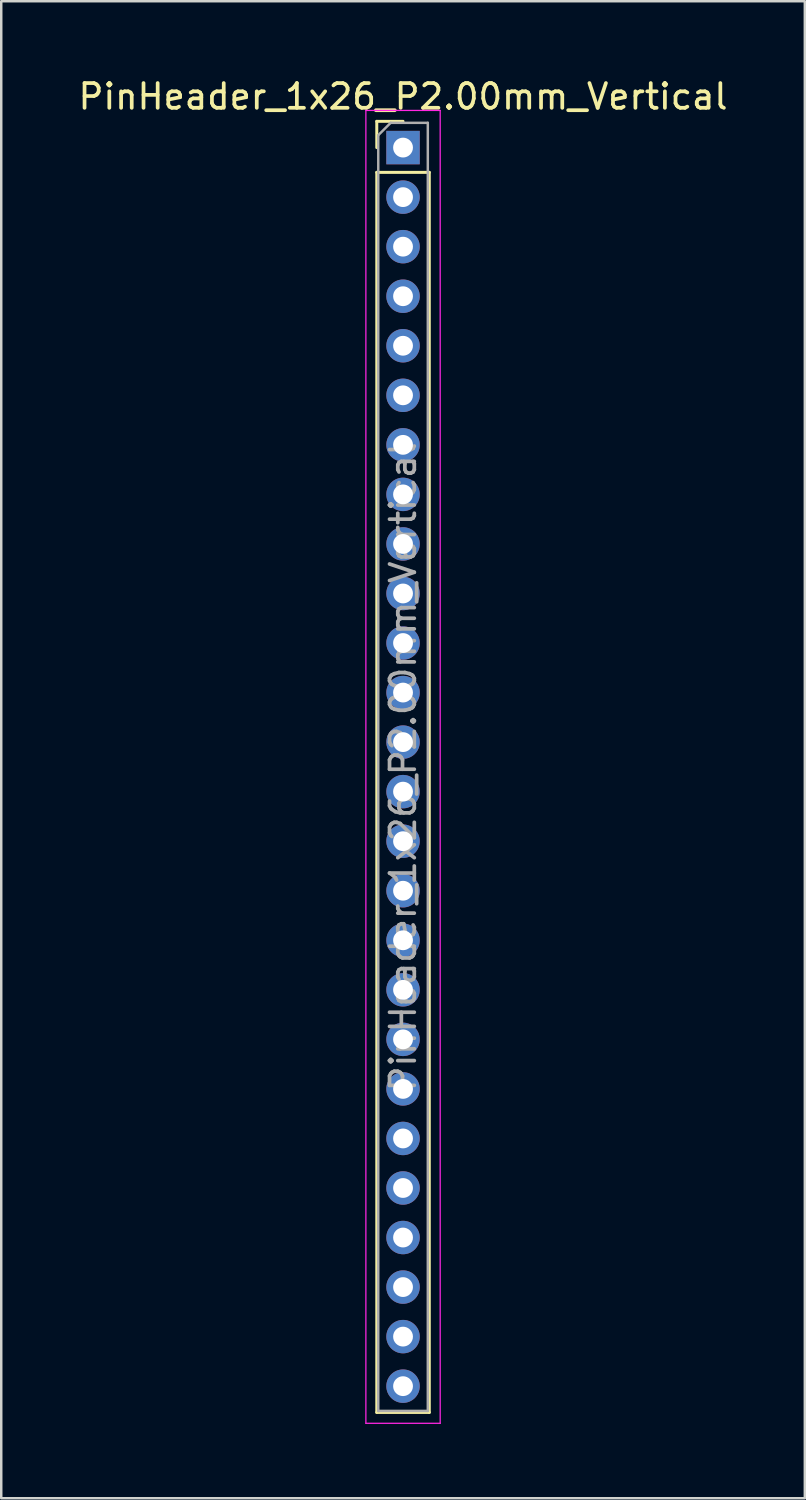
<source format=kicad_pcb>
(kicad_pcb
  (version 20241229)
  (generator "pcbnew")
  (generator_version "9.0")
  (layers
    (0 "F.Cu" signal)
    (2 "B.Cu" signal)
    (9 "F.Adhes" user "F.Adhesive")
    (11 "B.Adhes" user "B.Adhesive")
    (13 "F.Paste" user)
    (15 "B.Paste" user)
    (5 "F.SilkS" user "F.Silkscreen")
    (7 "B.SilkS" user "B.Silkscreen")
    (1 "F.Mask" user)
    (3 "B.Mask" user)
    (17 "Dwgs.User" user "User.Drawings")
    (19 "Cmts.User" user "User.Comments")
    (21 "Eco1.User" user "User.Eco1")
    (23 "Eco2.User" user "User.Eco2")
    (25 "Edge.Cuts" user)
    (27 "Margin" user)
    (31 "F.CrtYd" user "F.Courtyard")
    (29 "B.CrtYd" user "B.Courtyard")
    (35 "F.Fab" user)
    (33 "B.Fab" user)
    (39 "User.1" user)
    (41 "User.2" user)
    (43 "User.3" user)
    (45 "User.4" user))
  (footprint "PinHeader_1x26_P2.00mm_Vertical"
    (layer "F.Cu")
    (at 13.22 2.908)
    (property "Reference" "PinHeader_1x26_P2.00mm_Vertical" (at 0 -2.06 0) (layer "F.SilkS") (effects (font (size 1 1) (thickness 0.15))))
    (attr through_hole)
    (fp_line (start -1.06 -1.06) (end 0 -1.06) (stroke (width 0.12) (type solid)) (layer "F.SilkS"))
    (fp_line (start -1.06 0) (end -1.06 -1.06) (stroke (width 0.12) (type solid)) (layer "F.SilkS"))
    (fp_line (start -1.06 1) (end -1.06 51.06) (stroke (width 0.12) (type solid)) (layer "F.SilkS"))
    (fp_line (start -1.06 1) (end 1.06 1) (stroke (width 0.12) (type solid)) (layer "F.SilkS"))
    (fp_line (start -1.06 51.06) (end 1.06 51.06) (stroke (width 0.12) (type solid)) (layer "F.SilkS"))
    (fp_line (start 1.06 1) (end 1.06 51.06) (stroke (width 0.12) (type solid)) (layer "F.SilkS"))
    (fp_line (start -1.5 -1.5) (end -1.5 51.5) (stroke (width 0.05) (type solid)) (layer "F.CrtYd"))
    (fp_line (start -1.5 51.5) (end 1.5 51.5) (stroke (width 0.05) (type solid)) (layer "F.CrtYd"))
    (fp_line (start 1.5 -1.5) (end -1.5 -1.5) (stroke (width 0.05) (type solid)) (layer "F.CrtYd"))
    (fp_line (start 1.5 51.5) (end 1.5 -1.5) (stroke (width 0.05) (type solid)) (layer "F.CrtYd"))
    (fp_line (start -1 -0.5) (end -0.5 -1) (stroke (width 0.1) (type solid)) (layer "F.Fab"))
    (fp_line (start -1 51) (end -1 -0.5) (stroke (width 0.1) (type solid)) (layer "F.Fab"))
    (fp_line (start -0.5 -1) (end 1 -1) (stroke (width 0.1) (type solid)) (layer "F.Fab"))
    (fp_line (start 1 -1) (end 1 51) (stroke (width 0.1) (type solid)) (layer "F.Fab"))
    (fp_line (start 1 51) (end -1 51) (stroke (width 0.1) (type solid)) (layer "F.Fab"))
    (fp_text user "${REFERENCE}" (at 0 25 90) (layer "F.Fab") (effects (font (size 1 1) (thickness 0.15))))
    (pad "1" thru_hole rect (at 0 0) (size 1.35 1.35) (drill 0.8) (layers "*.Cu" "*.Mask"))
    (pad "2" thru_hole oval (at 0 2) (size 1.35 1.35) (drill 0.8) (layers "*.Cu" "*.Mask"))
    (pad "3" thru_hole oval (at 0 4) (size 1.35 1.35) (drill 0.8) (layers "*.Cu" "*.Mask"))
    (pad "4" thru_hole oval (at 0 6) (size 1.35 1.35) (drill 0.8) (layers "*.Cu" "*.Mask"))
    (pad "5" thru_hole oval (at 0 8) (size 1.35 1.35) (drill 0.8) (layers "*.Cu" "*.Mask"))
    (pad "6" thru_hole oval (at 0 10) (size 1.35 1.35) (drill 0.8) (layers "*.Cu" "*.Mask"))
    (pad "7" thru_hole oval (at 0 12) (size 1.35 1.35) (drill 0.8) (layers "*.Cu" "*.Mask"))
    (pad "8" thru_hole oval (at 0 14) (size 1.35 1.35) (drill 0.8) (layers "*.Cu" "*.Mask"))
    (pad "9" thru_hole oval (at 0 16) (size 1.35 1.35) (drill 0.8) (layers "*.Cu" "*.Mask"))
    (pad "10" thru_hole oval (at 0 18) (size 1.35 1.35) (drill 0.8) (layers "*.Cu" "*.Mask"))
    (pad "11" thru_hole oval (at 0 20) (size 1.35 1.35) (drill 0.8) (layers "*.Cu" "*.Mask"))
    (pad "12" thru_hole oval (at 0 22) (size 1.35 1.35) (drill 0.8) (layers "*.Cu" "*.Mask"))
    (pad "13" thru_hole oval (at 0 24) (size 1.35 1.35) (drill 0.8) (layers "*.Cu" "*.Mask"))
    (pad "14" thru_hole oval (at 0 26) (size 1.35 1.35) (drill 0.8) (layers "*.Cu" "*.Mask"))
    (pad "15" thru_hole oval (at 0 28) (size 1.35 1.35) (drill 0.8) (layers "*.Cu" "*.Mask"))
    (pad "16" thru_hole oval (at 0 30) (size 1.35 1.35) (drill 0.8) (layers "*.Cu" "*.Mask"))
    (pad "17" thru_hole oval (at 0 32) (size 1.35 1.35) (drill 0.8) (layers "*.Cu" "*.Mask"))
    (pad "18" thru_hole oval (at 0 34) (size 1.35 1.35) (drill 0.8) (layers "*.Cu" "*.Mask"))
    (pad "19" thru_hole oval (at 0 36) (size 1.35 1.35) (drill 0.8) (layers "*.Cu" "*.Mask"))
    (pad "20" thru_hole oval (at 0 38) (size 1.35 1.35) (drill 0.8) (layers "*.Cu" "*.Mask"))
    (pad "21" thru_hole oval (at 0 40) (size 1.35 1.35) (drill 0.8) (layers "*.Cu" "*.Mask"))
    (pad "22" thru_hole oval (at 0 42) (size 1.35 1.35) (drill 0.8) (layers "*.Cu" "*.Mask"))
    (pad "23" thru_hole oval (at 0 44) (size 1.35 1.35) (drill 0.8) (layers "*.Cu" "*.Mask"))
    (pad "24" thru_hole oval (at 0 46) (size 1.35 1.35) (drill 0.8) (layers "*.Cu" "*.Mask"))
    (pad "25" thru_hole oval (at 0 48) (size 1.35 1.35) (drill 0.8) (layers "*.Cu" "*.Mask"))
    (pad "26" thru_hole oval (at 0 50) (size 1.35 1.35) (drill 0.8) (layers "*.Cu" "*.Mask")))
  (gr_rect
    (start -3 -3)
    (end 29.44 57.433)
    (stroke (width 0.1) (type default))
    (fill no)
    (layer "Edge.Cuts")))
</source>
